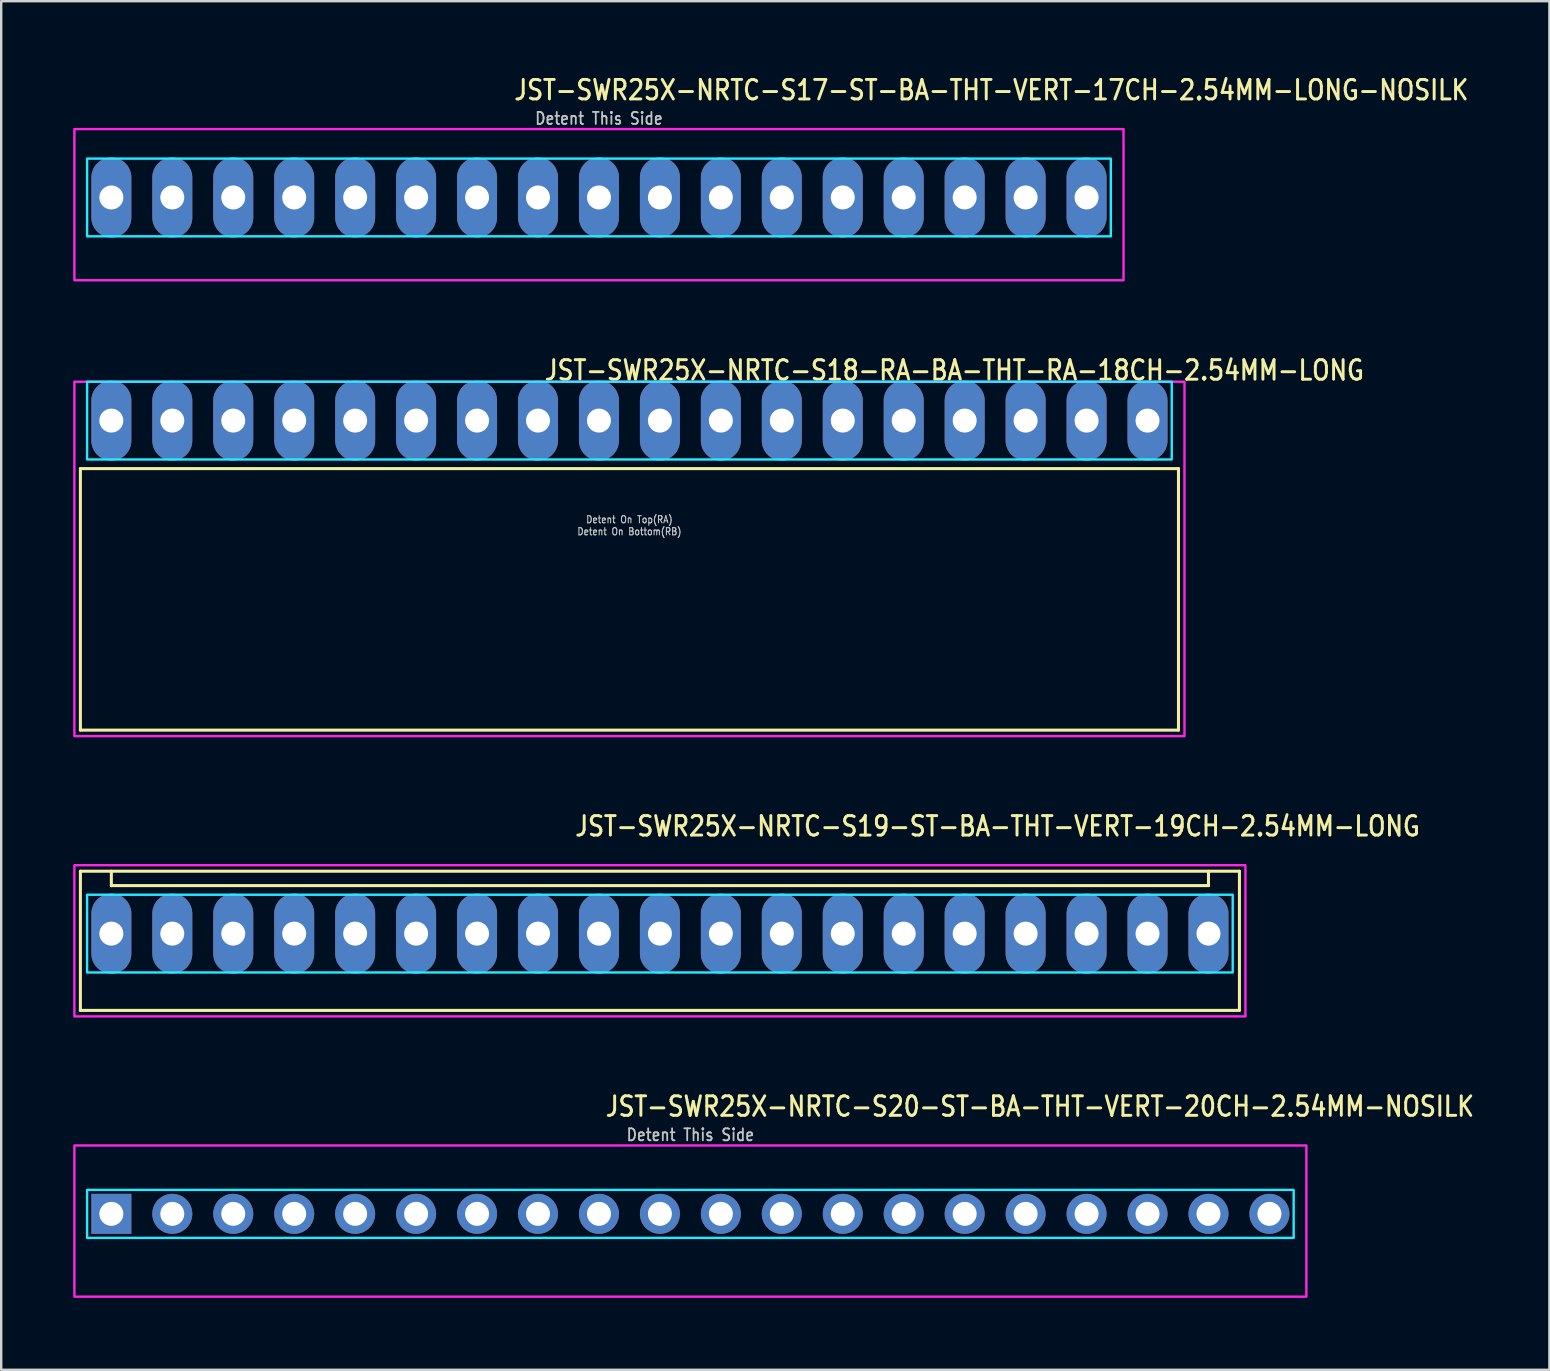
<source format=kicad_pcb>
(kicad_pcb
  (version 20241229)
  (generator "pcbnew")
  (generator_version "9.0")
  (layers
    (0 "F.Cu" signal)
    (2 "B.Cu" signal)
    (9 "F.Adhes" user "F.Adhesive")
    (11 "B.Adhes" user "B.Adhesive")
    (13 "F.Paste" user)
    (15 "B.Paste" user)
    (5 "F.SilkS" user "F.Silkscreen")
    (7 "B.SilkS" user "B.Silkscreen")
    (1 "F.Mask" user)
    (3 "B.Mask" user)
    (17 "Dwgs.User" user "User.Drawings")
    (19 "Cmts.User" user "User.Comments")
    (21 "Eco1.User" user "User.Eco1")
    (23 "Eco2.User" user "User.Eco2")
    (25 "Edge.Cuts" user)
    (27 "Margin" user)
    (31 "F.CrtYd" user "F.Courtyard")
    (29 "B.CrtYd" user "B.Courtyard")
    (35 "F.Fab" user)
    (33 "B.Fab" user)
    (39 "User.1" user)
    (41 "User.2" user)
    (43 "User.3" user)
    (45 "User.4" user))
  (footprint "JST-SWR25X-NRTC-S20-ST-BA-THT-VERT-20CH-2.54MM-NOSILK"
    (layer "F.Cu")
    (at 25.72 47.534)
    (property "Reference" "JST-SWR25X-NRTC-S20-ST-BA-THT-VERT-20CH-2.54MM-NOSILK" (at -3.6 -4 0) (unlocked yes) (layer "F.SilkS") (effects (font (size 0.813 0.695) (thickness 0.122)) (justify left bottom)))
    (fp_poly (pts (xy -25.14 -1) (xy -25.14 1) (xy 25.14 1) (xy 25.14 -1)) (stroke (width 0.1) (type solid)) (fill no) (layer "B.CrtYd"))
    (fp_poly (pts (xy -25.67 -2.85) (xy -25.67 3.45) (xy 25.67 3.45) (xy 25.67 -2.85)) (stroke (width 0.1) (type solid)) (fill no) (layer "F.CrtYd"))
    (fp_text user "Detent This Side" (at 0 -3 0) (unlocked yes) (layer "Dwgs.User") (effects (font (size 0.5 0.427) (thickness 0.075)) (justify bottom)))
    (pad "P$1" thru_hole rect (at -24.13 0) (size 1.667 1.667) (drill 1) (layers "*.Cu" "*.Mask"))
    (pad "P$2" thru_hole oval (at -21.59 0) (size 1.667 1.667) (drill 1) (layers "*.Cu" "*.Mask"))
    (pad "P$3" thru_hole oval (at -19.05 0) (size 1.667 1.667) (drill 1) (layers "*.Cu" "*.Mask"))
    (pad "P$4" thru_hole oval (at -16.51 0) (size 1.667 1.667) (drill 1) (layers "*.Cu" "*.Mask"))
    (pad "P$5" thru_hole oval (at -13.97 0) (size 1.667 1.667) (drill 1) (layers "*.Cu" "*.Mask"))
    (pad "P$6" thru_hole oval (at -11.43 0) (size 1.667 1.667) (drill 1) (layers "*.Cu" "*.Mask"))
    (pad "P$7" thru_hole oval (at -8.89 0) (size 1.667 1.667) (drill 1) (layers "*.Cu" "*.Mask"))
    (pad "P$8" thru_hole oval (at -6.35 0) (size 1.667 1.667) (drill 1) (layers "*.Cu" "*.Mask"))
    (pad "P$9" thru_hole oval (at -3.81 0) (size 1.667 1.667) (drill 1) (layers "*.Cu" "*.Mask"))
    (pad "P$10" thru_hole oval (at -1.27 0) (size 1.667 1.667) (drill 1) (layers "*.Cu" "*.Mask"))
    (pad "P$11" thru_hole oval (at 1.27 0) (size 1.667 1.667) (drill 1) (layers "*.Cu" "*.Mask"))
    (pad "P$12" thru_hole oval (at 3.81 0) (size 1.667 1.667) (drill 1) (layers "*.Cu" "*.Mask"))
    (pad "P$13" thru_hole oval (at 6.35 0) (size 1.667 1.667) (drill 1) (layers "*.Cu" "*.Mask"))
    (pad "P$14" thru_hole oval (at 8.89 0) (size 1.667 1.667) (drill 1) (layers "*.Cu" "*.Mask"))
    (pad "P$15" thru_hole oval (at 11.43 0) (size 1.667 1.667) (drill 1) (layers "*.Cu" "*.Mask"))
    (pad "P$16" thru_hole oval (at 13.97 0) (size 1.667 1.667) (drill 1) (layers "*.Cu" "*.Mask"))
    (pad "P$17" thru_hole oval (at 16.51 0) (size 1.667 1.667) (drill 1) (layers "*.Cu" "*.Mask"))
    (pad "P$18" thru_hole oval (at 19.05 0) (size 1.667 1.667) (drill 1) (layers "*.Cu" "*.Mask"))
    (pad "P$19" thru_hole oval (at 21.59 0) (size 1.667 1.667) (drill 1) (layers "*.Cu" "*.Mask"))
    (pad "P$20" thru_hole oval (at 24.13 0) (size 1.667 1.667) (drill 1) (layers "*.Cu" "*.Mask")))
  (footprint "JST-SWR25X-NRTC-S18-RA-BA-THT-RA-18CH-2.54MM-LONG"
    (layer "F.Cu")
    (at 23.18 14.477)
    (property "Reference" "JST-SWR25X-NRTC-S18-RA-BA-THT-RA-18CH-2.54MM-LONG" (at -3.6 -1.62 0) (unlocked yes) (layer "F.SilkS") (effects (font (size 0.813 0.695) (thickness 0.122)) (justify left bottom)))
    (fp_line (start -22.88 2) (end 22.88 2) (stroke (width 0.127) (type solid)) (layer "F.SilkS"))
    (fp_line (start -22.88 12.9) (end -22.88 2) (stroke (width 0.127) (type solid)) (layer "F.SilkS"))
    (fp_line (start -22.88 12.9) (end 22.88 12.9) (stroke (width 0.127) (type solid)) (layer "F.SilkS"))
    (fp_line (start 22.88 2) (end 22.88 12.9) (stroke (width 0.127) (type solid)) (layer "F.SilkS"))
    (fp_poly (pts (xy -22.6 -1.62) (xy -22.6 1.62) (xy 22.6 1.62) (xy 22.6 -1.62)) (stroke (width 0.1) (type solid)) (fill no) (layer "B.CrtYd"))
    (fp_poly (pts (xy -23.13 -1.62) (xy -23.13 13.15) (xy 23.13 13.15) (xy 23.13 -1.62)) (stroke (width 0.1) (type solid)) (fill no) (layer "F.CrtYd"))
    (fp_text user "Detent On Top(RA)" (at 0 4.3 0) (unlocked yes) (layer "Dwgs.User") (effects (font (size 0.3 0.257) (thickness 0.045)) (justify bottom)))
    (fp_text user "Detent On Bottom(RB)" (at 0 4.8 0) (unlocked yes) (layer "Dwgs.User") (effects (font (size 0.3 0.257) (thickness 0.045)) (justify bottom)))
    (pad "P$1" thru_hole oval (at -21.59 0 90) (size 3.333 1.667) (drill 1) (layers "*.Cu" "*.Mask"))
    (pad "P$2" thru_hole oval (at -19.05 0 90) (size 3.333 1.667) (drill 1) (layers "*.Cu" "*.Mask"))
    (pad "P$3" thru_hole oval (at -16.51 0 90) (size 3.333 1.667) (drill 1) (layers "*.Cu" "*.Mask"))
    (pad "P$4" thru_hole oval (at -13.97 0 90) (size 3.333 1.667) (drill 1) (layers "*.Cu" "*.Mask"))
    (pad "P$5" thru_hole oval (at -11.43 0 90) (size 3.333 1.667) (drill 1) (layers "*.Cu" "*.Mask"))
    (pad "P$6" thru_hole oval (at -8.89 0 90) (size 3.333 1.667) (drill 1) (layers "*.Cu" "*.Mask"))
    (pad "P$7" thru_hole oval (at -6.35 0 90) (size 3.333 1.667) (drill 1) (layers "*.Cu" "*.Mask"))
    (pad "P$8" thru_hole oval (at -3.81 0 90) (size 3.333 1.667) (drill 1) (layers "*.Cu" "*.Mask"))
    (pad "P$9" thru_hole oval (at -1.27 0 90) (size 3.333 1.667) (drill 1) (layers "*.Cu" "*.Mask"))
    (pad "P$10" thru_hole oval (at 1.27 0 90) (size 3.333 1.667) (drill 1) (layers "*.Cu" "*.Mask"))
    (pad "P$11" thru_hole oval (at 3.81 0 90) (size 3.333 1.667) (drill 1) (layers "*.Cu" "*.Mask"))
    (pad "P$12" thru_hole oval (at 6.35 0 90) (size 3.333 1.667) (drill 1) (layers "*.Cu" "*.Mask"))
    (pad "P$13" thru_hole oval (at 8.89 0 90) (size 3.333 1.667) (drill 1) (layers "*.Cu" "*.Mask"))
    (pad "P$14" thru_hole oval (at 11.43 0 90) (size 3.333 1.667) (drill 1) (layers "*.Cu" "*.Mask"))
    (pad "P$15" thru_hole oval (at 13.97 0 90) (size 3.333 1.667) (drill 1) (layers "*.Cu" "*.Mask"))
    (pad "P$16" thru_hole oval (at 16.51 0 90) (size 3.333 1.667) (drill 1) (layers "*.Cu" "*.Mask"))
    (pad "P$17" thru_hole oval (at 19.05 0 90) (size 3.333 1.667) (drill 1) (layers "*.Cu" "*.Mask"))
    (pad "P$18" thru_hole oval (at 21.59 0 90) (size 3.333 1.667) (drill 1) (layers "*.Cu" "*.Mask")))
  (footprint "JST-SWR25X-NRTC-S17-ST-BA-THT-VERT-17CH-2.54MM-LONG-NOSILK"
    (layer "F.Cu")
    (at 21.91 5.179)
    (property "Reference" "JST-SWR25X-NRTC-S17-ST-BA-THT-VERT-17CH-2.54MM-LONG-NOSILK" (at -3.6 -4 0) (unlocked yes) (layer "F.SilkS") (effects (font (size 0.813 0.695) (thickness 0.122)) (justify left bottom)))
    (fp_poly (pts (xy -21.33 -1.62) (xy -21.33 1.62) (xy 21.33 1.62) (xy 21.33 -1.62)) (stroke (width 0.1) (type solid)) (fill no) (layer "B.CrtYd"))
    (fp_poly (pts (xy -21.86 -2.85) (xy -21.86 3.45) (xy 21.86 3.45) (xy 21.86 -2.85)) (stroke (width 0.1) (type solid)) (fill no) (layer "F.CrtYd"))
    (fp_text user "Detent This Side" (at 0 -3 0) (unlocked yes) (layer "Dwgs.User") (effects (font (size 0.5 0.427) (thickness 0.075)) (justify bottom)))
    (pad "P$1" thru_hole oval (at -20.32 0 90) (size 3.333 1.667) (drill 1) (layers "*.Cu" "*.Mask"))
    (pad "P$2" thru_hole oval (at -17.78 0 90) (size 3.333 1.667) (drill 1) (layers "*.Cu" "*.Mask"))
    (pad "P$3" thru_hole oval (at -15.24 0 90) (size 3.333 1.667) (drill 1) (layers "*.Cu" "*.Mask"))
    (pad "P$4" thru_hole oval (at -12.7 0 90) (size 3.333 1.667) (drill 1) (layers "*.Cu" "*.Mask"))
    (pad "P$5" thru_hole oval (at -10.16 0 90) (size 3.333 1.667) (drill 1) (layers "*.Cu" "*.Mask"))
    (pad "P$6" thru_hole oval (at -7.62 0 90) (size 3.333 1.667) (drill 1) (layers "*.Cu" "*.Mask"))
    (pad "P$7" thru_hole oval (at -5.08 0 90) (size 3.333 1.667) (drill 1) (layers "*.Cu" "*.Mask"))
    (pad "P$8" thru_hole oval (at -2.54 0 90) (size 3.333 1.667) (drill 1) (layers "*.Cu" "*.Mask"))
    (pad "P$9" thru_hole oval (at 0 0 90) (size 3.333 1.667) (drill 1) (layers "*.Cu" "*.Mask"))
    (pad "P$10" thru_hole oval (at 2.54 0 90) (size 3.333 1.667) (drill 1) (layers "*.Cu" "*.Mask"))
    (pad "P$11" thru_hole oval (at 5.08 0 90) (size 3.333 1.667) (drill 1) (layers "*.Cu" "*.Mask"))
    (pad "P$12" thru_hole oval (at 7.62 0 90) (size 3.333 1.667) (drill 1) (layers "*.Cu" "*.Mask"))
    (pad "P$13" thru_hole oval (at 10.16 0 90) (size 3.333 1.667) (drill 1) (layers "*.Cu" "*.Mask"))
    (pad "P$14" thru_hole oval (at 12.7 0 90) (size 3.333 1.667) (drill 1) (layers "*.Cu" "*.Mask"))
    (pad "P$15" thru_hole oval (at 15.24 0 90) (size 3.333 1.667) (drill 1) (layers "*.Cu" "*.Mask"))
    (pad "P$16" thru_hole oval (at 17.78 0 90) (size 3.333 1.667) (drill 1) (layers "*.Cu" "*.Mask"))
    (pad "P$17" thru_hole oval (at 20.32 0 90) (size 3.333 1.667) (drill 1) (layers "*.Cu" "*.Mask")))
  (footprint "JST-SWR25X-NRTC-S19-ST-BA-THT-VERT-19CH-2.54MM-LONG"
    (layer "F.Cu")
    (at 24.45 35.856)
    (property "Reference" "JST-SWR25X-NRTC-S19-ST-BA-THT-VERT-19CH-2.54MM-LONG" (at -3.6 -4 0) (unlocked yes) (layer "F.SilkS") (effects (font (size 0.813 0.695) (thickness 0.122)) (justify left bottom)))
    (fp_line (start -24.15 -2.6) (end 24.15 -2.6) (stroke (width 0.127) (type solid)) (layer "F.SilkS"))
    (fp_line (start -24.15 3.2) (end -24.15 -2.6) (stroke (width 0.127) (type solid)) (layer "F.SilkS"))
    (fp_line (start -24.15 3.2) (end 24.15 3.2) (stroke (width 0.127) (type solid)) (layer "F.SilkS"))
    (fp_line (start -22.86 -2.6) (end -22.86 -2) (stroke (width 0.127) (type solid)) (layer "F.SilkS"))
    (fp_line (start -22.86 -2) (end 22.86 -2) (stroke (width 0.127) (type solid)) (layer "F.SilkS"))
    (fp_line (start 22.86 -2.6) (end 22.86 -2) (stroke (width 0.127) (type solid)) (layer "F.SilkS"))
    (fp_line (start 24.15 -2.6) (end 24.15 3.2) (stroke (width 0.127) (type solid)) (layer "F.SilkS"))
    (fp_poly (pts (xy -23.87 -1.62) (xy -23.87 1.62) (xy 23.87 1.62) (xy 23.87 -1.62)) (stroke (width 0.1) (type solid)) (fill no) (layer "B.CrtYd"))
    (fp_poly (pts (xy -24.4 -2.85) (xy -24.4 3.45) (xy 24.4 3.45) (xy 24.4 -2.85)) (stroke (width 0.1) (type solid)) (fill no) (layer "F.CrtYd"))
    (pad "P$1" thru_hole oval (at -22.86 0 90) (size 3.333 1.667) (drill 1) (layers "*.Cu" "*.Mask"))
    (pad "P$2" thru_hole oval (at -20.32 0 90) (size 3.333 1.667) (drill 1) (layers "*.Cu" "*.Mask"))
    (pad "P$3" thru_hole oval (at -17.78 0 90) (size 3.333 1.667) (drill 1) (layers "*.Cu" "*.Mask"))
    (pad "P$4" thru_hole oval (at -15.24 0 90) (size 3.333 1.667) (drill 1) (layers "*.Cu" "*.Mask"))
    (pad "P$5" thru_hole oval (at -12.7 0 90) (size 3.333 1.667) (drill 1) (layers "*.Cu" "*.Mask"))
    (pad "P$6" thru_hole oval (at -10.16 0 90) (size 3.333 1.667) (drill 1) (layers "*.Cu" "*.Mask"))
    (pad "P$7" thru_hole oval (at -7.62 0 90) (size 3.333 1.667) (drill 1) (layers "*.Cu" "*.Mask"))
    (pad "P$8" thru_hole oval (at -5.08 0 90) (size 3.333 1.667) (drill 1) (layers "*.Cu" "*.Mask"))
    (pad "P$9" thru_hole oval (at -2.54 0 90) (size 3.333 1.667) (drill 1) (layers "*.Cu" "*.Mask"))
    (pad "P$10" thru_hole oval (at 0 0 90) (size 3.333 1.667) (drill 1) (layers "*.Cu" "*.Mask"))
    (pad "P$11" thru_hole oval (at 2.54 0 90) (size 3.333 1.667) (drill 1) (layers "*.Cu" "*.Mask"))
    (pad "P$12" thru_hole oval (at 5.08 0 90) (size 3.333 1.667) (drill 1) (layers "*.Cu" "*.Mask"))
    (pad "P$13" thru_hole oval (at 7.62 0 90) (size 3.333 1.667) (drill 1) (layers "*.Cu" "*.Mask"))
    (pad "P$14" thru_hole oval (at 10.16 0 90) (size 3.333 1.667) (drill 1) (layers "*.Cu" "*.Mask"))
    (pad "P$15" thru_hole oval (at 12.7 0 90) (size 3.333 1.667) (drill 1) (layers "*.Cu" "*.Mask"))
    (pad "P$16" thru_hole oval (at 15.24 0 90) (size 3.333 1.667) (drill 1) (layers "*.Cu" "*.Mask"))
    (pad "P$17" thru_hole oval (at 17.78 0 90) (size 3.333 1.667) (drill 1) (layers "*.Cu" "*.Mask"))
    (pad "P$18" thru_hole oval (at 20.32 0 90) (size 3.333 1.667) (drill 1) (layers "*.Cu" "*.Mask"))
    (pad "P$19" thru_hole oval (at 22.86 0 90) (size 3.333 1.667) (drill 1) (layers "*.Cu" "*.Mask")))
  (gr_rect
    (start -3 -3)
    (end 61.517 54.034)
    (stroke (width 0.1) (type default))
    (fill no)
    (layer "Edge.Cuts")))
</source>
